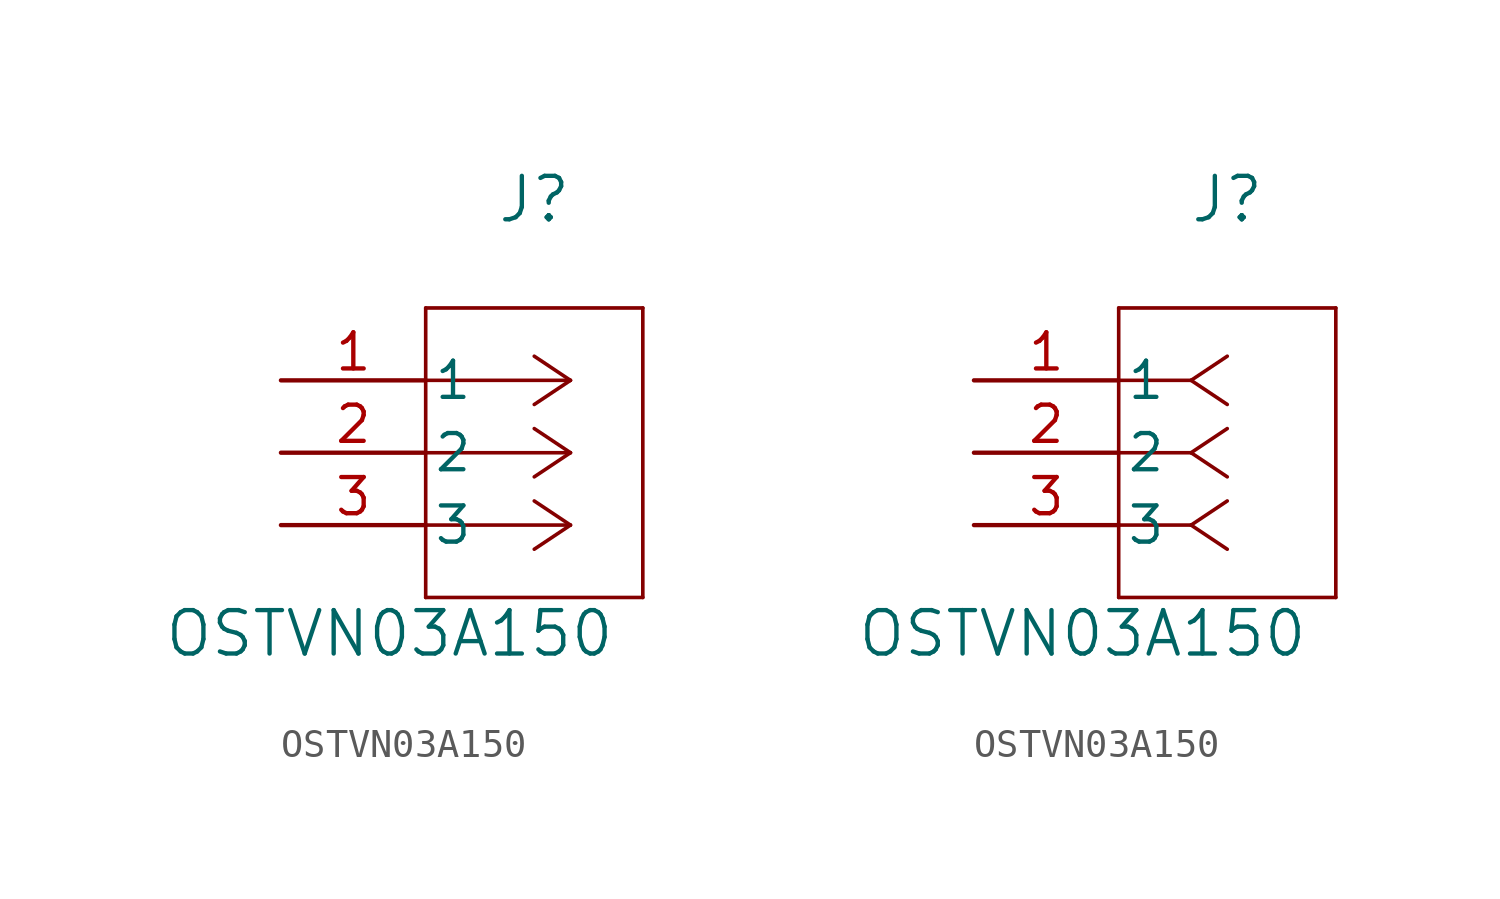
<source format=kicad_sym>
(kicad_symbol_lib
  (version 20220914)
  (generator kicad_symbol_editor)
  (symbol "OSTVN03A150"
    (pin_names
      (offset 0.254))
    (property "Reference" "J"
      (at 8.89 6.35 0)
      (effects (font (size 1.524 1.524))))
    (property "Value" "OSTVN03A150"
      (at 3.81 -8.89 0)
      (effects (font (size 1.524 1.524))))
    (property "ki_locked" ""
      (at 0 0 0)
      (effects (font (size 1.27 1.27))))
    (symbol "OSTVN03A150_1_1"
      (polyline (pts (xy 5.08 -7.62) (xy 12.7 -7.62)) (stroke (width 0.127) (type default)) (fill (type none)))
      (polyline (pts (xy 5.08 2.54) (xy 5.08 -7.62)) (stroke (width 0.127) (type default)) (fill (type none)))
      (polyline (pts (xy 10.16 -5.08) (xy 5.08 -5.08)) (stroke (width 0.127) (type default)) (fill (type none)))
      (polyline (pts (xy 10.16 -5.08) (xy 8.89 -5.927)) (stroke (width 0.127) (type default)) (fill (type none)))
      (polyline (pts (xy 10.16 -5.08) (xy 8.89 -4.233)) (stroke (width 0.127) (type default)) (fill (type none)))
      (polyline (pts (xy 10.16 -2.54) (xy 5.08 -2.54)) (stroke (width 0.127) (type default)) (fill (type none)))
      (polyline (pts (xy 10.16 -2.54) (xy 8.89 -3.387)) (stroke (width 0.127) (type default)) (fill (type none)))
      (polyline (pts (xy 10.16 -2.54) (xy 8.89 -1.693)) (stroke (width 0.127) (type default)) (fill (type none)))
      (polyline (pts (xy 10.16 0) (xy 5.08 0)) (stroke (width 0.127) (type default)) (fill (type none)))
      (polyline (pts (xy 10.16 0) (xy 8.89 -0.847)) (stroke (width 0.127) (type default)) (fill (type none)))
      (polyline (pts (xy 10.16 0) (xy 8.89 0.847)) (stroke (width 0.127) (type default)) (fill (type none)))
      (polyline (pts (xy 12.7 -7.62) (xy 12.7 2.54)) (stroke (width 0.127) (type default)) (fill (type none)))
      (polyline (pts (xy 12.7 2.54) (xy 5.08 2.54)) (stroke (width 0.127) (type default)) (fill (type none)))
      (pin unspecified line (at 0 0 0) (length 5.08) (name "1" (effects (font (size 1.27 1.27)))) (number "1" (effects (font (size 1.27 1.27)))))
      (pin unspecified line (at 0 -2.54 0) (length 5.08) (name "2" (effects (font (size 1.27 1.27)))) (number "2" (effects (font (size 1.27 1.27)))))
      (pin unspecified line (at 0 -5.08 0) (length 5.08) (name "3" (effects (font (size 1.27 1.27)))) (number "3" (effects (font (size 1.27 1.27))))))
    (symbol "OSTVN03A150_1_2"
      (polyline (pts (xy 5.08 -7.62) (xy 12.7 -7.62)) (stroke (width 0.127) (type default)) (fill (type none)))
      (polyline (pts (xy 5.08 2.54) (xy 5.08 -7.62)) (stroke (width 0.127) (type default)) (fill (type none)))
      (polyline (pts (xy 7.62 -5.08) (xy 5.08 -5.08)) (stroke (width 0.127) (type default)) (fill (type none)))
      (polyline (pts (xy 7.62 -5.08) (xy 8.89 -5.927)) (stroke (width 0.127) (type default)) (fill (type none)))
      (polyline (pts (xy 7.62 -5.08) (xy 8.89 -4.233)) (stroke (width 0.127) (type default)) (fill (type none)))
      (polyline (pts (xy 7.62 -2.54) (xy 5.08 -2.54)) (stroke (width 0.127) (type default)) (fill (type none)))
      (polyline (pts (xy 7.62 -2.54) (xy 8.89 -3.387)) (stroke (width 0.127) (type default)) (fill (type none)))
      (polyline (pts (xy 7.62 -2.54) (xy 8.89 -1.693)) (stroke (width 0.127) (type default)) (fill (type none)))
      (polyline (pts (xy 7.62 0) (xy 5.08 0)) (stroke (width 0.127) (type default)) (fill (type none)))
      (polyline (pts (xy 7.62 0) (xy 8.89 -0.847)) (stroke (width 0.127) (type default)) (fill (type none)))
      (polyline (pts (xy 7.62 0) (xy 8.89 0.847)) (stroke (width 0.127) (type default)) (fill (type none)))
      (polyline (pts (xy 12.7 -7.62) (xy 12.7 2.54)) (stroke (width 0.127) (type default)) (fill (type none)))
      (polyline (pts (xy 12.7 2.54) (xy 5.08 2.54)) (stroke (width 0.127) (type default)) (fill (type none)))
      (pin unspecified line (at 0 0 0) (length 5.08) (name "1" (effects (font (size 1.27 1.27)))) (number "1" (effects (font (size 1.27 1.27)))))
      (pin unspecified line (at 0 -2.54 0) (length 5.08) (name "2" (effects (font (size 1.27 1.27)))) (number "2" (effects (font (size 1.27 1.27)))))
      (pin unspecified line (at 0 -5.08 0) (length 5.08) (name "3" (effects (font (size 1.27 1.27)))) (number "3" (effects (font (size 1.27 1.27))))))))
</source>
